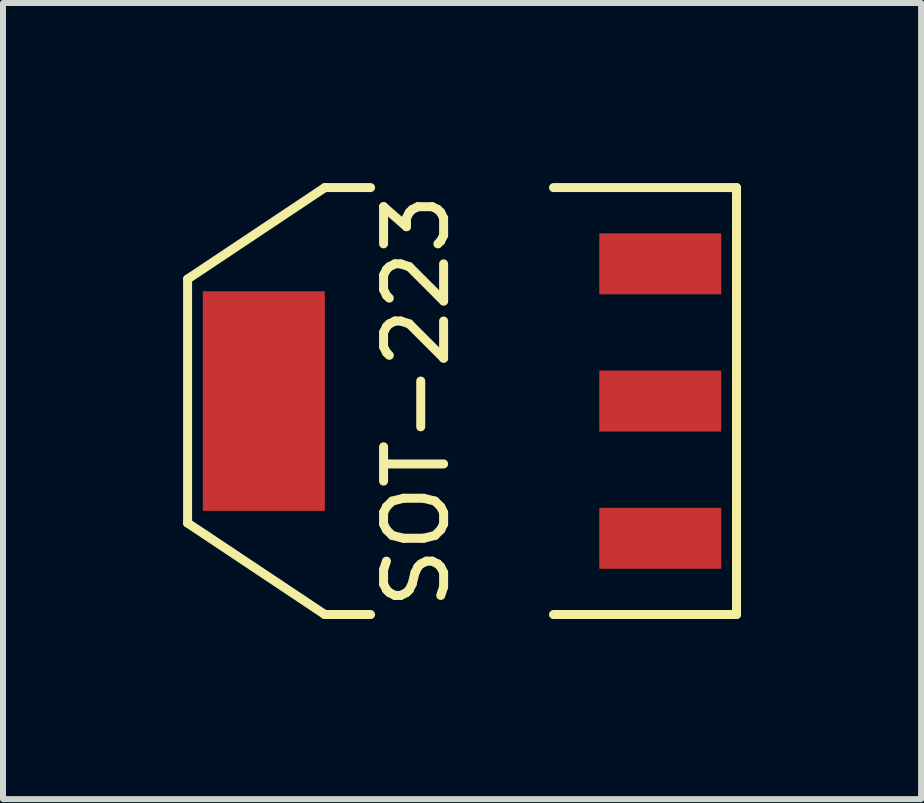
<source format=kicad_pcb>
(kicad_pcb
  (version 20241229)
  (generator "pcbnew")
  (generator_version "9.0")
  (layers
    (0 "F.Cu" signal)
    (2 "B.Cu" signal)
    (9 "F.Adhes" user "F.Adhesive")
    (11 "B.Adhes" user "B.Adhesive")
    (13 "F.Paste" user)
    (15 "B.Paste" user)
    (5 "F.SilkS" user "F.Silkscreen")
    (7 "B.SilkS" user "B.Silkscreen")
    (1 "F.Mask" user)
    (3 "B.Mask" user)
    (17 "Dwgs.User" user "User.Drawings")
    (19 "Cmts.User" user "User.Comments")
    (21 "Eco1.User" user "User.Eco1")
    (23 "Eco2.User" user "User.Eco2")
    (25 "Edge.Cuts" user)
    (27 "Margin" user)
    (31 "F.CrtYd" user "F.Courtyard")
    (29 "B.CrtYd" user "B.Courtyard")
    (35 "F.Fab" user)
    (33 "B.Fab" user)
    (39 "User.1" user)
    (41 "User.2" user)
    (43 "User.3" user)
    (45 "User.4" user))
  (footprint "SOT-223"
    (layer "F.Cu")
    (at 4.647 3.631)
    (property "Reference" "SOT-223" (at -0.762 0 90) (layer "F.SilkS") (effects (font (size 1 1) (thickness 0.15))))
    (attr smd)
    (fp_line (start -4.572 -2.032) (end -2.286 -3.556) (stroke (width 0.15) (type solid)) (layer "F.SilkS"))
    (fp_line (start -4.572 2.032) (end -4.572 -2.032) (stroke (width 0.15) (type solid)) (layer "F.SilkS"))
    (fp_line (start -2.286 -3.556) (end -1.524 -3.556) (stroke (width 0.15) (type solid)) (layer "F.SilkS"))
    (fp_line (start -2.286 3.556) (end -4.572 2.032) (stroke (width 0.15) (type solid)) (layer "F.SilkS"))
    (fp_line (start -1.524 3.556) (end -2.286 3.556) (stroke (width 0.15) (type solid)) (layer "F.SilkS"))
    (fp_line (start 1.524 3.556) (end 4.572 3.556) (stroke (width 0.15) (type solid)) (layer "F.SilkS"))
    (fp_line (start 4.572 -3.556) (end 1.524 -3.556) (stroke (width 0.15) (type solid)) (layer "F.SilkS"))
    (fp_line (start 4.572 3.556) (end 4.572 -3.556) (stroke (width 0.15) (type solid)) (layer "F.SilkS"))
    (pad "1" smd rect (at 3.302 2.286 90) (size 1.016 2.032) (layers "F.Cu" "F.Mask" "F.Paste"))
    (pad "2" smd rect (at 3.302 0 90) (size 1.016 2.032) (layers "F.Cu" "F.Mask" "F.Paste"))
    (pad "3" smd rect (at 3.302 -2.286 90) (size 1.016 2.032) (layers "F.Cu" "F.Mask" "F.Paste"))
    (pad "4" smd rect (at -3.302 0 90) (size 3.658 2.032) (layers "F.Cu" "F.Mask" "F.Paste")))
  (gr_rect
    (start -3 -3)
    (end 12.294 10.262)
    (stroke (width 0.1) (type default))
    (fill no)
    (layer "Edge.Cuts")))
</source>
